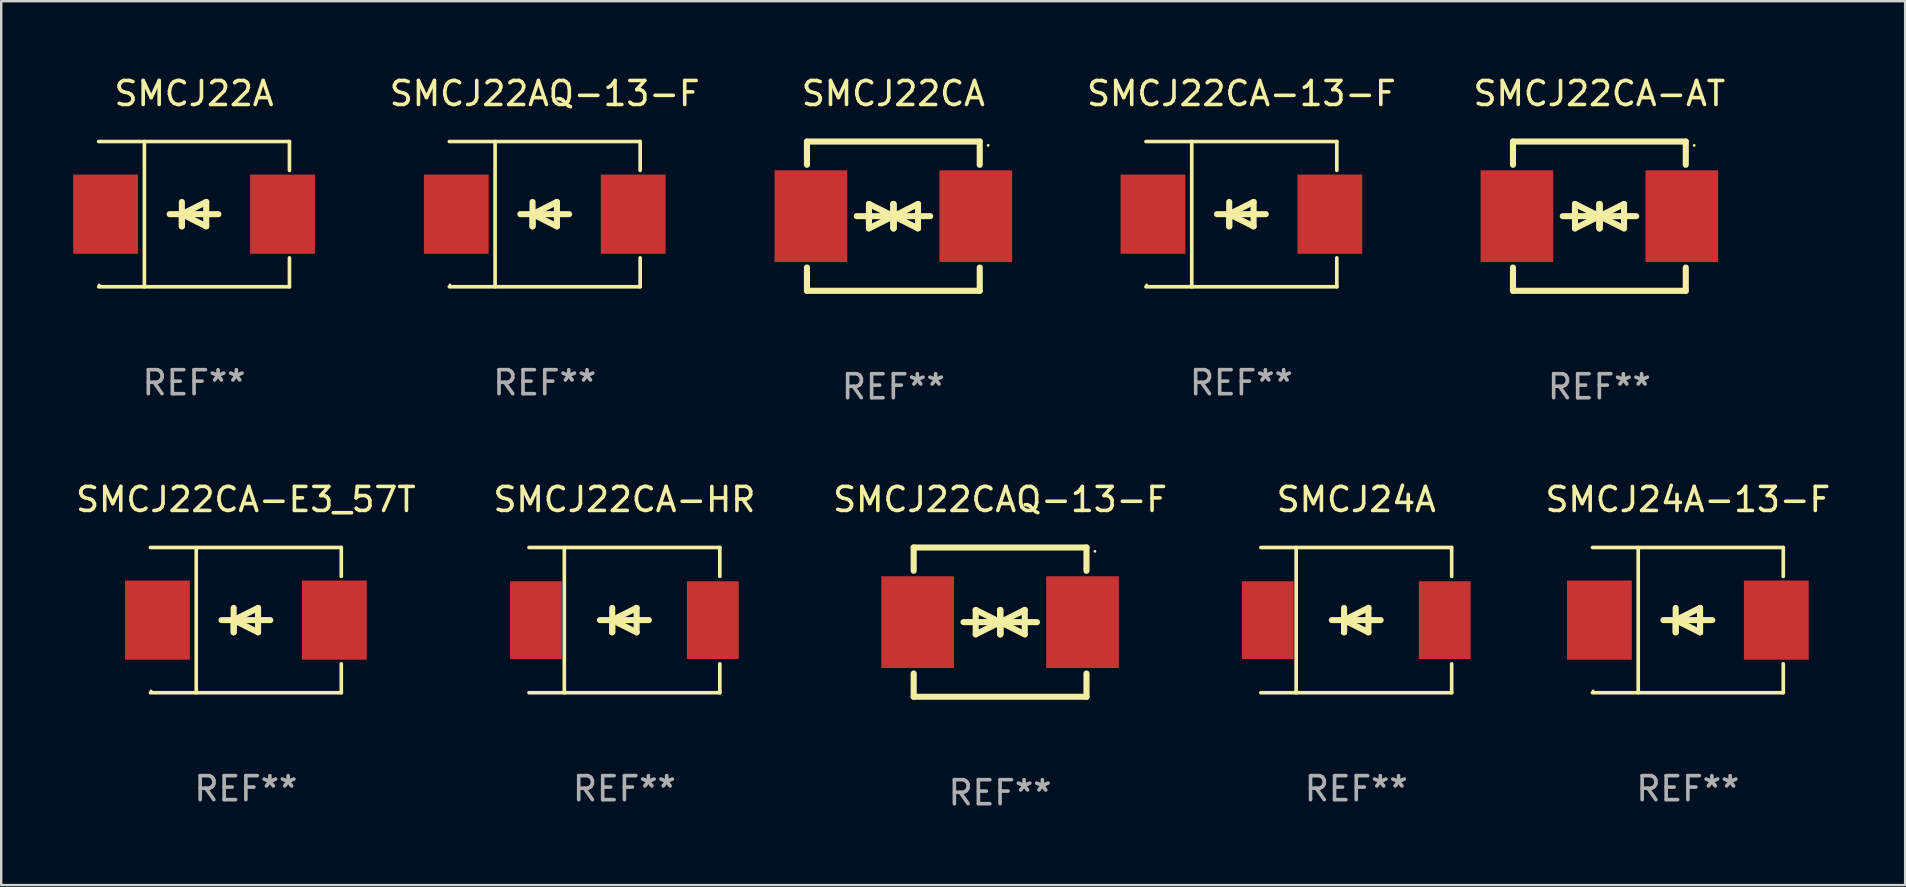
<source format=kicad_pcb>
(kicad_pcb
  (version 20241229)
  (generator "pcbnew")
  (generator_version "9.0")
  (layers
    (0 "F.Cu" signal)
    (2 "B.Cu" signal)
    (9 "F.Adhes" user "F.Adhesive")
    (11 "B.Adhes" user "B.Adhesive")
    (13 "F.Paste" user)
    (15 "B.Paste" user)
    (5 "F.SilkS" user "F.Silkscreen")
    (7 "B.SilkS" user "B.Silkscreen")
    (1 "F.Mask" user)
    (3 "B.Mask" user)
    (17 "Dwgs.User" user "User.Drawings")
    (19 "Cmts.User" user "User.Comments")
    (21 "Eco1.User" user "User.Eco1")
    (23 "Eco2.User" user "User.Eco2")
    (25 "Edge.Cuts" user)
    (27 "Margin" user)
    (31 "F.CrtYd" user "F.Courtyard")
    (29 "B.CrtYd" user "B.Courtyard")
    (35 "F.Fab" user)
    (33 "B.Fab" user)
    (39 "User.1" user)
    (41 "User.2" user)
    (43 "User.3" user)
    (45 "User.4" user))
  (footprint "SMCJ22CA-13-F"
    (layer "F.Cu")
    (at 48.681 5.874)
    (property "Reference" "SMCJ22CA-13-F" (at 0 -5.026 0) (layer "F.SilkS") (effects (font (size 1 1) (thickness 0.15))))
    (attr through_hole)
    (fp_line (start -3.976 -3.026) (end 3.976 -3.026) (stroke (width 0.152) (type solid)) (layer "F.SilkS"))
    (fp_line (start -3.976 3.026) (end 3.976 3.026) (stroke (width 0.152) (type solid)) (layer "F.SilkS"))
    (fp_line (start -2.069 -3.026) (end -2.069 3.026) (stroke (width 0.152) (type solid)) (layer "F.SilkS"))
    (fp_line (start -0.508 0) (end -0.508 0.508) (stroke (width 0.254) (type solid)) (layer "F.SilkS"))
    (fp_line (start -0.508 0) (end 0.508 0.508) (stroke (width 0.254) (type solid)) (layer "F.SilkS"))
    (fp_line (start -0.508 0.508) (end -0.508 -0.508) (stroke (width 0.254) (type solid)) (layer "F.SilkS"))
    (fp_line (start 0.508 -0.508) (end -0.508 0) (stroke (width 0.254) (type solid)) (layer "F.SilkS"))
    (fp_line (start 0.508 0.508) (end 0.508 -0.508) (stroke (width 0.254) (type solid)) (layer "F.SilkS"))
    (fp_line (start 1.016 0) (end -1.016 0) (stroke (width 0.254) (type solid)) (layer "F.SilkS"))
    (fp_line (start 3.976 -3.026) (end 3.976 -1.823) (stroke (width 0.152) (type solid)) (layer "F.SilkS"))
    (fp_line (start 3.976 3.026) (end 3.976 1.823) (stroke (width 0.152) (type solid)) (layer "F.SilkS"))
    (fp_circle (center -3.95 2.95) (end -3.92 2.95) (stroke (width 0.06) (type solid)) (fill no) (layer "F.SilkS"))
    (fp_text user "REF**" (at 0 7.026 0) (layer "F.Fab") (effects (font (size 1 1) (thickness 0.15))))
    (pad "1" smd rect (at -3.686 0) (size 2.7 3.3) (layers "F.Cu" "F.Mask" "F.Paste"))
    (pad "2" smd rect (at 3.686 0) (size 2.7 3.3) (layers "F.Cu" "F.Mask" "F.Paste")))
  (footprint "SMCJ22CAQ-13-F"
    (layer "F.Cu")
    (at 38.625 22.875)
    (property "Reference" "SMCJ22CAQ-13-F" (at 0 -5.11 0) (layer "F.SilkS") (effects (font (size 1 1) (thickness 0.15))))
    (attr through_hole)
    (fp_line (start -3.6 -2.141) (end -3.6 -3.11) (stroke (width 0.254) (type solid)) (layer "F.SilkS"))
    (fp_line (start -3.6 3.11) (end -3.6 2.141) (stroke (width 0.254) (type solid)) (layer "F.SilkS"))
    (fp_line (start -1.524 0) (end 0.508 0) (stroke (width 0.254) (type solid)) (layer "F.SilkS"))
    (fp_line (start -1.016 -0.508) (end -1.016 0.508) (stroke (width 0.254) (type solid)) (layer "F.SilkS"))
    (fp_line (start -1.016 0.508) (end 0 0) (stroke (width 0.254) (type solid)) (layer "F.SilkS"))
    (fp_line (start 0 -0.508) (end 0 0.508) (stroke (width 0.254) (type solid)) (layer "F.SilkS"))
    (fp_line (start 0 0) (end -1.016 -0.508) (stroke (width 0.254) (type solid)) (layer "F.SilkS"))
    (fp_line (start 0 0) (end 0 -0.508) (stroke (width 0.254) (type solid)) (layer "F.SilkS"))
    (fp_line (start 0.012 0) (end 0.012 0.508) (stroke (width 0.254) (type solid)) (layer "F.SilkS"))
    (fp_line (start 0.012 0) (end 1.028 0.508) (stroke (width 0.254) (type solid)) (layer "F.SilkS"))
    (fp_line (start 0.012 0.508) (end 0.012 -0.508) (stroke (width 0.254) (type solid)) (layer "F.SilkS"))
    (fp_line (start 1.028 -0.508) (end 0.012 0) (stroke (width 0.254) (type solid)) (layer "F.SilkS"))
    (fp_line (start 1.028 0.508) (end 1.028 -0.508) (stroke (width 0.254) (type solid)) (layer "F.SilkS"))
    (fp_line (start 1.536 0) (end -0.496 0) (stroke (width 0.254) (type solid)) (layer "F.SilkS"))
    (fp_line (start 3.6 -3.11) (end -3.6 -3.11) (stroke (width 0.254) (type solid)) (layer "F.SilkS"))
    (fp_line (start 3.6 -2.141) (end 3.6 -3.11) (stroke (width 0.254) (type solid)) (layer "F.SilkS"))
    (fp_line (start 3.6 3.11) (end -3.6 3.11) (stroke (width 0.254) (type solid)) (layer "F.SilkS"))
    (fp_line (start 3.6 3.11) (end 3.6 2.141) (stroke (width 0.254) (type solid)) (layer "F.SilkS"))
    (fp_circle (center 3.952 -2.95) (end 3.982 -2.95) (stroke (width 0.06) (type solid)) (fill no) (layer "F.SilkS"))
    (fp_text user "REF**" (at 0 7.11 0) (layer "F.Fab") (effects (font (size 1 1) (thickness 0.15))))
    (pad "1" smd rect (at 3.435 0) (size 3.03 3.82) (layers "F.Cu" "F.Mask" "F.Paste"))
    (pad "2" smd rect (at -3.435 0) (size 3.03 3.82) (layers "F.Cu" "F.Mask" "F.Paste")))
  (footprint "SMCJ22CA-E3_57T"
    (layer "F.Cu")
    (at 7.196 22.791)
    (property "Reference" "SMCJ22CA-E3_57T" (at 0 -5.026 0) (layer "F.SilkS") (effects (font (size 1 1) (thickness 0.15))))
    (attr through_hole)
    (fp_line (start -3.976 -3.026) (end 3.976 -3.026) (stroke (width 0.152) (type solid)) (layer "F.SilkS"))
    (fp_line (start -3.976 3.026) (end 3.976 3.026) (stroke (width 0.152) (type solid)) (layer "F.SilkS"))
    (fp_line (start -2.069 -3.026) (end -2.069 3.026) (stroke (width 0.152) (type solid)) (layer "F.SilkS"))
    (fp_line (start -0.508 0) (end -0.508 0.508) (stroke (width 0.254) (type solid)) (layer "F.SilkS"))
    (fp_line (start -0.508 0) (end 0.508 0.508) (stroke (width 0.254) (type solid)) (layer "F.SilkS"))
    (fp_line (start -0.508 0.508) (end -0.508 -0.508) (stroke (width 0.254) (type solid)) (layer "F.SilkS"))
    (fp_line (start 0.508 -0.508) (end -0.508 0) (stroke (width 0.254) (type solid)) (layer "F.SilkS"))
    (fp_line (start 0.508 0.508) (end 0.508 -0.508) (stroke (width 0.254) (type solid)) (layer "F.SilkS"))
    (fp_line (start 1.016 0) (end -1.016 0) (stroke (width 0.254) (type solid)) (layer "F.SilkS"))
    (fp_line (start 3.976 -3.026) (end 3.976 -1.823) (stroke (width 0.152) (type solid)) (layer "F.SilkS"))
    (fp_line (start 3.976 3.026) (end 3.976 1.823) (stroke (width 0.152) (type solid)) (layer "F.SilkS"))
    (fp_circle (center -3.95 2.95) (end -3.92 2.95) (stroke (width 0.06) (type solid)) (fill no) (layer "F.SilkS"))
    (fp_text user "REF**" (at 0 7.026 0) (layer "F.Fab") (effects (font (size 1 1) (thickness 0.15))))
    (pad "1" smd rect (at -3.686 0) (size 2.7 3.3) (layers "F.Cu" "F.Mask" "F.Paste"))
    (pad "2" smd rect (at 3.686 0) (size 2.7 3.3) (layers "F.Cu" "F.Mask" "F.Paste")))
  (footprint "SMCJ22CA"
    (layer "F.Cu")
    (at 34.177 5.958)
    (property "Reference" "SMCJ22CA" (at 0 -5.11 0) (layer "F.SilkS") (effects (font (size 1 1) (thickness 0.15))))
    (attr through_hole)
    (fp_line (start -3.6 -2.141) (end -3.6 -3.11) (stroke (width 0.254) (type solid)) (layer "F.SilkS"))
    (fp_line (start -3.6 3.11) (end -3.6 2.141) (stroke (width 0.254) (type solid)) (layer "F.SilkS"))
    (fp_line (start -1.524 0) (end 0.508 0) (stroke (width 0.254) (type solid)) (layer "F.SilkS"))
    (fp_line (start -1.016 -0.508) (end -1.016 0.508) (stroke (width 0.254) (type solid)) (layer "F.SilkS"))
    (fp_line (start -1.016 0.508) (end 0 0) (stroke (width 0.254) (type solid)) (layer "F.SilkS"))
    (fp_line (start 0 -0.508) (end 0 0.508) (stroke (width 0.254) (type solid)) (layer "F.SilkS"))
    (fp_line (start 0 0) (end -1.016 -0.508) (stroke (width 0.254) (type solid)) (layer "F.SilkS"))
    (fp_line (start 0 0) (end 0 -0.508) (stroke (width 0.254) (type solid)) (layer "F.SilkS"))
    (fp_line (start 0.012 0) (end 0.012 0.508) (stroke (width 0.254) (type solid)) (layer "F.SilkS"))
    (fp_line (start 0.012 0) (end 1.028 0.508) (stroke (width 0.254) (type solid)) (layer "F.SilkS"))
    (fp_line (start 0.012 0.508) (end 0.012 -0.508) (stroke (width 0.254) (type solid)) (layer "F.SilkS"))
    (fp_line (start 1.028 -0.508) (end 0.012 0) (stroke (width 0.254) (type solid)) (layer "F.SilkS"))
    (fp_line (start 1.028 0.508) (end 1.028 -0.508) (stroke (width 0.254) (type solid)) (layer "F.SilkS"))
    (fp_line (start 1.536 0) (end -0.496 0) (stroke (width 0.254) (type solid)) (layer "F.SilkS"))
    (fp_line (start 3.6 -3.11) (end -3.6 -3.11) (stroke (width 0.254) (type solid)) (layer "F.SilkS"))
    (fp_line (start 3.6 -2.141) (end 3.6 -3.11) (stroke (width 0.254) (type solid)) (layer "F.SilkS"))
    (fp_line (start 3.6 3.11) (end -3.6 3.11) (stroke (width 0.254) (type solid)) (layer "F.SilkS"))
    (fp_line (start 3.6 3.11) (end 3.6 2.141) (stroke (width 0.254) (type solid)) (layer "F.SilkS"))
    (fp_circle (center 3.952 -2.95) (end 3.982 -2.95) (stroke (width 0.06) (type solid)) (fill no) (layer "F.SilkS"))
    (fp_text user "REF**" (at 0 7.11 0) (layer "F.Fab") (effects (font (size 1 1) (thickness 0.15))))
    (pad "1" smd rect (at 3.435 0) (size 3.03 3.82) (layers "F.Cu" "F.Mask" "F.Paste"))
    (pad "2" smd rect (at -3.435 0) (size 3.03 3.82) (layers "F.Cu" "F.Mask" "F.Paste")))
  (footprint "SMCJ22AQ-13-F"
    (layer "F.Cu")
    (at 19.65 5.874)
    (property "Reference" "SMCJ22AQ-13-F" (at 0 -5.026 0) (layer "F.SilkS") (effects (font (size 1 1) (thickness 0.15))))
    (attr through_hole)
    (fp_line (start -3.976 -3.026) (end 3.976 -3.026) (stroke (width 0.152) (type solid)) (layer "F.SilkS"))
    (fp_line (start -3.976 3.026) (end 3.976 3.026) (stroke (width 0.152) (type solid)) (layer "F.SilkS"))
    (fp_line (start -2.069 -3.026) (end -2.069 3.026) (stroke (width 0.152) (type solid)) (layer "F.SilkS"))
    (fp_line (start -0.508 0) (end -0.508 0.508) (stroke (width 0.254) (type solid)) (layer "F.SilkS"))
    (fp_line (start -0.508 0) (end 0.508 0.508) (stroke (width 0.254) (type solid)) (layer "F.SilkS"))
    (fp_line (start -0.508 0.508) (end -0.508 -0.508) (stroke (width 0.254) (type solid)) (layer "F.SilkS"))
    (fp_line (start 0.508 -0.508) (end -0.508 0) (stroke (width 0.254) (type solid)) (layer "F.SilkS"))
    (fp_line (start 0.508 0.508) (end 0.508 -0.508) (stroke (width 0.254) (type solid)) (layer "F.SilkS"))
    (fp_line (start 1.016 0) (end -1.016 0) (stroke (width 0.254) (type solid)) (layer "F.SilkS"))
    (fp_line (start 3.976 -3.026) (end 3.976 -1.823) (stroke (width 0.152) (type solid)) (layer "F.SilkS"))
    (fp_line (start 3.976 3.026) (end 3.976 1.823) (stroke (width 0.152) (type solid)) (layer "F.SilkS"))
    (fp_circle (center -3.95 2.95) (end -3.92 2.95) (stroke (width 0.06) (type solid)) (fill no) (layer "F.SilkS"))
    (fp_text user "REF**" (at 0 7.026 0) (layer "F.Fab") (effects (font (size 1 1) (thickness 0.15))))
    (pad "1" smd rect (at -3.686 0) (size 2.7 3.3) (layers "F.Cu" "F.Mask" "F.Paste"))
    (pad "2" smd rect (at 3.686 0) (size 2.7 3.3) (layers "F.Cu" "F.Mask" "F.Paste")))
  (footprint "SMCJ22A"
    (layer "F.Cu")
    (at 5.036 5.874)
    (property "Reference" "SMCJ22A" (at 0 -5.026 0) (layer "F.SilkS") (effects (font (size 1 1) (thickness 0.15))))
    (attr through_hole)
    (fp_line (start -3.976 -3.026) (end 3.976 -3.026) (stroke (width 0.152) (type solid)) (layer "F.SilkS"))
    (fp_line (start -3.976 3.026) (end 3.976 3.026) (stroke (width 0.152) (type solid)) (layer "F.SilkS"))
    (fp_line (start -2.069 -3.026) (end -2.069 3.026) (stroke (width 0.152) (type solid)) (layer "F.SilkS"))
    (fp_line (start -0.508 0) (end -0.508 0.508) (stroke (width 0.254) (type solid)) (layer "F.SilkS"))
    (fp_line (start -0.508 0) (end 0.508 0.508) (stroke (width 0.254) (type solid)) (layer "F.SilkS"))
    (fp_line (start -0.508 0.508) (end -0.508 -0.508) (stroke (width 0.254) (type solid)) (layer "F.SilkS"))
    (fp_line (start 0.508 -0.508) (end -0.508 0) (stroke (width 0.254) (type solid)) (layer "F.SilkS"))
    (fp_line (start 0.508 0.508) (end 0.508 -0.508) (stroke (width 0.254) (type solid)) (layer "F.SilkS"))
    (fp_line (start 1.016 0) (end -1.016 0) (stroke (width 0.254) (type solid)) (layer "F.SilkS"))
    (fp_line (start 3.976 -3.026) (end 3.976 -1.823) (stroke (width 0.152) (type solid)) (layer "F.SilkS"))
    (fp_line (start 3.976 3.026) (end 3.976 1.823) (stroke (width 0.152) (type solid)) (layer "F.SilkS"))
    (fp_circle (center -3.95 2.95) (end -3.92 2.95) (stroke (width 0.06) (type solid)) (fill no) (layer "F.SilkS"))
    (fp_text user "REF**" (at 0 7.026 0) (layer "F.Fab") (effects (font (size 1 1) (thickness 0.15))))
    (pad "1" smd rect (at -3.686 0) (size 2.7 3.3) (layers "F.Cu" "F.Mask" "F.Paste"))
    (pad "2" smd rect (at 3.686 0) (size 2.7 3.3) (layers "F.Cu" "F.Mask" "F.Paste")))
  (footprint "SMCJ24A"
    (layer "F.Cu")
    (at 53.467 22.791)
    (property "Reference" "SMCJ24A" (at 0 -5.026 0) (layer "F.SilkS") (effects (font (size 1 1) (thickness 0.15))))
    (attr through_hole)
    (fp_line (start -3.976 -3.026) (end 3.976 -3.026) (stroke (width 0.152) (type solid)) (layer "F.SilkS"))
    (fp_line (start -3.976 3.026) (end 3.976 3.026) (stroke (width 0.152) (type solid)) (layer "F.SilkS"))
    (fp_line (start -2.504 -3.026) (end -2.504 3.026) (stroke (width 0.152) (type solid)) (layer "F.SilkS"))
    (fp_line (start -0.508 0) (end -0.508 0.508) (stroke (width 0.254) (type solid)) (layer "F.SilkS"))
    (fp_line (start -0.508 0) (end 0.508 0.508) (stroke (width 0.254) (type solid)) (layer "F.SilkS"))
    (fp_line (start -0.508 0.508) (end -0.508 -0.508) (stroke (width 0.254) (type solid)) (layer "F.SilkS"))
    (fp_line (start 0.508 -0.508) (end -0.508 0) (stroke (width 0.254) (type solid)) (layer "F.SilkS"))
    (fp_line (start 0.508 0.508) (end 0.508 -0.508) (stroke (width 0.254) (type solid)) (layer "F.SilkS"))
    (fp_line (start 1.016 0) (end -1.016 0) (stroke (width 0.254) (type solid)) (layer "F.SilkS"))
    (fp_line (start 3.976 -3.026) (end 3.976 -1.823) (stroke (width 0.152) (type solid)) (layer "F.SilkS"))
    (fp_line (start 3.976 3.026) (end 3.976 1.823) (stroke (width 0.152) (type solid)) (layer "F.SilkS"))
    (fp_circle (center 3.95 -2.95) (end 3.98 -2.95) (stroke (width 0.06) (type solid)) (fill no) (layer "F.SilkS"))
    (fp_text user "REF**" (at 0 7.026 0) (layer "F.Fab") (effects (font (size 1 1) (thickness 0.15))))
    (pad "1" smd rect (at 3.686 0 180) (size 2.158 3.24) (layers "F.Cu" "F.Mask" "F.Paste"))
    (pad "2" smd rect (at -3.686 0 180) (size 2.158 3.24) (layers "F.Cu" "F.Mask" "F.Paste")))
  (footprint "SMCJ22CA-AT"
    (layer "F.Cu")
    (at 63.598 5.958)
    (property "Reference" "SMCJ22CA-AT" (at 0 -5.11 0) (layer "F.SilkS") (effects (font (size 1 1) (thickness 0.15))))
    (attr through_hole)
    (fp_line (start -3.6 -2.141) (end -3.6 -3.11) (stroke (width 0.254) (type solid)) (layer "F.SilkS"))
    (fp_line (start -3.6 3.11) (end -3.6 2.141) (stroke (width 0.254) (type solid)) (layer "F.SilkS"))
    (fp_line (start -1.524 0) (end 0.508 0) (stroke (width 0.254) (type solid)) (layer "F.SilkS"))
    (fp_line (start -1.016 -0.508) (end -1.016 0.508) (stroke (width 0.254) (type solid)) (layer "F.SilkS"))
    (fp_line (start -1.016 0.508) (end 0 0) (stroke (width 0.254) (type solid)) (layer "F.SilkS"))
    (fp_line (start 0 -0.508) (end 0 0.508) (stroke (width 0.254) (type solid)) (layer "F.SilkS"))
    (fp_line (start 0 0) (end -1.016 -0.508) (stroke (width 0.254) (type solid)) (layer "F.SilkS"))
    (fp_line (start 0 0) (end 0 -0.508) (stroke (width 0.254) (type solid)) (layer "F.SilkS"))
    (fp_line (start 0.012 0) (end 0.012 0.508) (stroke (width 0.254) (type solid)) (layer "F.SilkS"))
    (fp_line (start 0.012 0) (end 1.028 0.508) (stroke (width 0.254) (type solid)) (layer "F.SilkS"))
    (fp_line (start 0.012 0.508) (end 0.012 -0.508) (stroke (width 0.254) (type solid)) (layer "F.SilkS"))
    (fp_line (start 1.028 -0.508) (end 0.012 0) (stroke (width 0.254) (type solid)) (layer "F.SilkS"))
    (fp_line (start 1.028 0.508) (end 1.028 -0.508) (stroke (width 0.254) (type solid)) (layer "F.SilkS"))
    (fp_line (start 1.536 0) (end -0.496 0) (stroke (width 0.254) (type solid)) (layer "F.SilkS"))
    (fp_line (start 3.6 -3.11) (end -3.6 -3.11) (stroke (width 0.254) (type solid)) (layer "F.SilkS"))
    (fp_line (start 3.6 -2.141) (end 3.6 -3.11) (stroke (width 0.254) (type solid)) (layer "F.SilkS"))
    (fp_line (start 3.6 3.11) (end -3.6 3.11) (stroke (width 0.254) (type solid)) (layer "F.SilkS"))
    (fp_line (start 3.6 3.11) (end 3.6 2.141) (stroke (width 0.254) (type solid)) (layer "F.SilkS"))
    (fp_circle (center 3.952 -2.95) (end 3.982 -2.95) (stroke (width 0.06) (type solid)) (fill no) (layer "F.SilkS"))
    (fp_text user "REF**" (at 0 7.11 0) (layer "F.Fab") (effects (font (size 1 1) (thickness 0.15))))
    (pad "1" smd rect (at 3.435 0) (size 3.03 3.82) (layers "F.Cu" "F.Mask" "F.Paste"))
    (pad "2" smd rect (at -3.435 0) (size 3.03 3.82) (layers "F.Cu" "F.Mask" "F.Paste")))
  (footprint "SMCJ22CA-HR"
    (layer "F.Cu")
    (at 22.97 22.791)
    (property "Reference" "SMCJ22CA-HR" (at 0 -5.026 0) (layer "F.SilkS") (effects (font (size 1 1) (thickness 0.15))))
    (attr through_hole)
    (fp_line (start -3.976 -3.026) (end 3.976 -3.026) (stroke (width 0.152) (type solid)) (layer "F.SilkS"))
    (fp_line (start -3.976 3.026) (end 3.976 3.026) (stroke (width 0.152) (type solid)) (layer "F.SilkS"))
    (fp_line (start -2.504 -3.026) (end -2.504 3.026) (stroke (width 0.152) (type solid)) (layer "F.SilkS"))
    (fp_line (start -0.508 0) (end -0.508 0.508) (stroke (width 0.254) (type solid)) (layer "F.SilkS"))
    (fp_line (start -0.508 0) (end 0.508 0.508) (stroke (width 0.254) (type solid)) (layer "F.SilkS"))
    (fp_line (start -0.508 0.508) (end -0.508 -0.508) (stroke (width 0.254) (type solid)) (layer "F.SilkS"))
    (fp_line (start 0.508 -0.508) (end -0.508 0) (stroke (width 0.254) (type solid)) (layer "F.SilkS"))
    (fp_line (start 0.508 0.508) (end 0.508 -0.508) (stroke (width 0.254) (type solid)) (layer "F.SilkS"))
    (fp_line (start 1.016 0) (end -1.016 0) (stroke (width 0.254) (type solid)) (layer "F.SilkS"))
    (fp_line (start 3.976 -3.026) (end 3.976 -1.823) (stroke (width 0.152) (type solid)) (layer "F.SilkS"))
    (fp_line (start 3.976 3.026) (end 3.976 1.823) (stroke (width 0.152) (type solid)) (layer "F.SilkS"))
    (fp_circle (center 3.95 -2.95) (end 3.98 -2.95) (stroke (width 0.06) (type solid)) (fill no) (layer "F.SilkS"))
    (fp_text user "REF**" (at 0 7.026 0) (layer "F.Fab") (effects (font (size 1 1) (thickness 0.15))))
    (pad "1" smd rect (at 3.686 0 180) (size 2.158 3.24) (layers "F.Cu" "F.Mask" "F.Paste"))
    (pad "2" smd rect (at -3.686 0 180) (size 2.158 3.24) (layers "F.Cu" "F.Mask" "F.Paste")))
  (footprint "SMCJ24A-13-F"
    (layer "F.Cu")
    (at 67.286 22.791)
    (property "Reference" "SMCJ24A-13-F" (at 0 -5.026 0) (layer "F.SilkS") (effects (font (size 1 1) (thickness 0.15))))
    (attr through_hole)
    (fp_line (start -3.976 -3.026) (end 3.976 -3.026) (stroke (width 0.152) (type solid)) (layer "F.SilkS"))
    (fp_line (start -3.976 3.026) (end 3.976 3.026) (stroke (width 0.152) (type solid)) (layer "F.SilkS"))
    (fp_line (start -2.069 -3.026) (end -2.069 3.026) (stroke (width 0.152) (type solid)) (layer "F.SilkS"))
    (fp_line (start -0.508 0) (end -0.508 0.508) (stroke (width 0.254) (type solid)) (layer "F.SilkS"))
    (fp_line (start -0.508 0) (end 0.508 0.508) (stroke (width 0.254) (type solid)) (layer "F.SilkS"))
    (fp_line (start -0.508 0.508) (end -0.508 -0.508) (stroke (width 0.254) (type solid)) (layer "F.SilkS"))
    (fp_line (start 0.508 -0.508) (end -0.508 0) (stroke (width 0.254) (type solid)) (layer "F.SilkS"))
    (fp_line (start 0.508 0.508) (end 0.508 -0.508) (stroke (width 0.254) (type solid)) (layer "F.SilkS"))
    (fp_line (start 1.016 0) (end -1.016 0) (stroke (width 0.254) (type solid)) (layer "F.SilkS"))
    (fp_line (start 3.976 -3.026) (end 3.976 -1.823) (stroke (width 0.152) (type solid)) (layer "F.SilkS"))
    (fp_line (start 3.976 3.026) (end 3.976 1.823) (stroke (width 0.152) (type solid)) (layer "F.SilkS"))
    (fp_circle (center -3.95 2.95) (end -3.92 2.95) (stroke (width 0.06) (type solid)) (fill no) (layer "F.SilkS"))
    (fp_text user "REF**" (at 0 7.026 0) (layer "F.Fab") (effects (font (size 1 1) (thickness 0.15))))
    (pad "1" smd rect (at -3.686 0) (size 2.7 3.3) (layers "F.Cu" "F.Mask" "F.Paste"))
    (pad "2" smd rect (at 3.686 0) (size 2.7 3.3) (layers "F.Cu" "F.Mask" "F.Paste")))
  (gr_rect
    (start -3 -3)
    (end 76.34 33.833)
    (stroke (width 0.1) (type default))
    (fill no)
    (layer "Edge.Cuts")))
</source>
